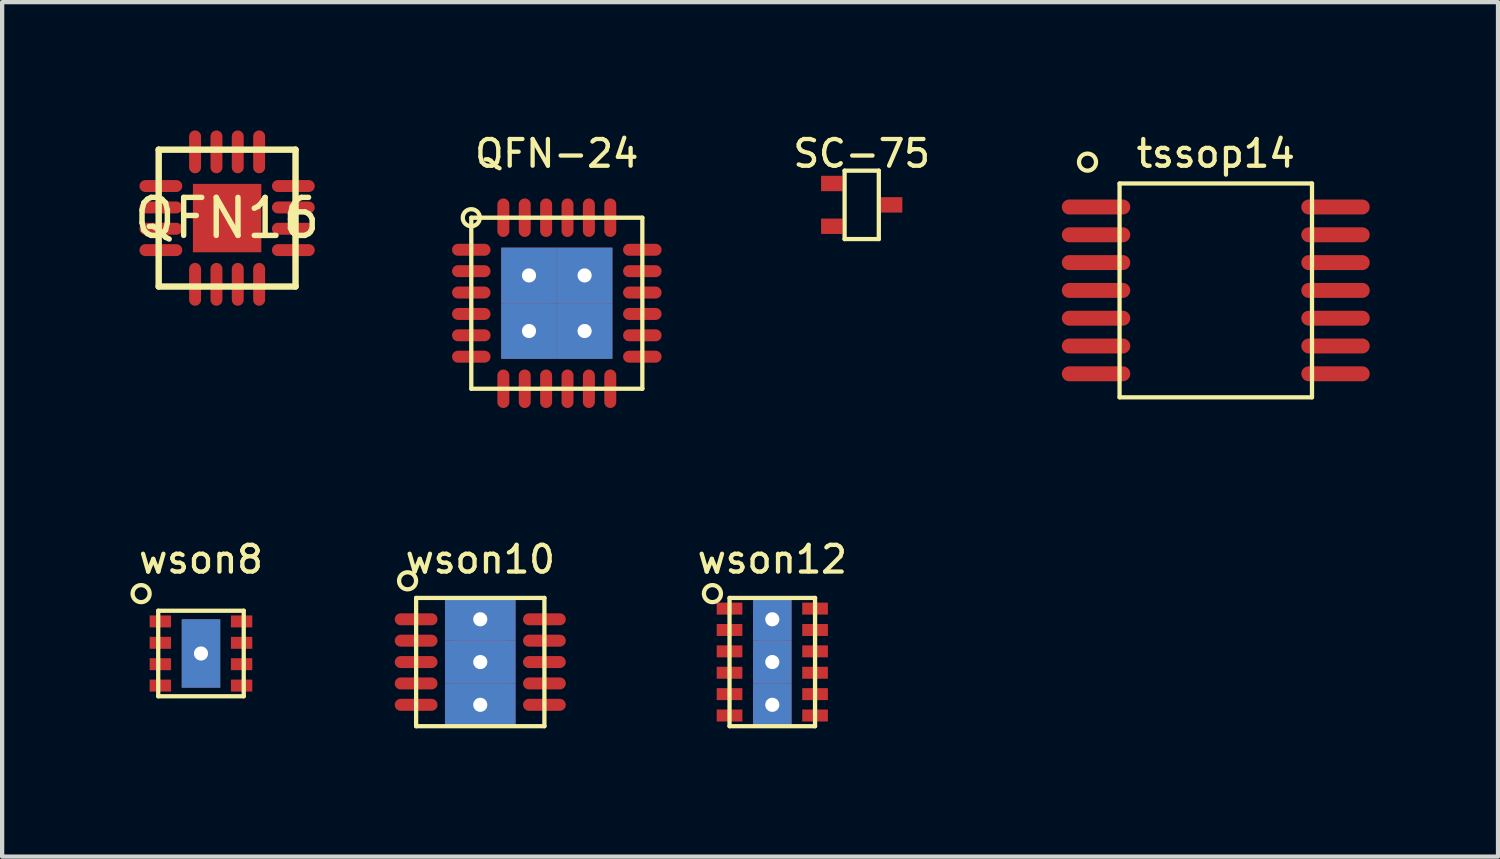
<source format=kicad_pcb>
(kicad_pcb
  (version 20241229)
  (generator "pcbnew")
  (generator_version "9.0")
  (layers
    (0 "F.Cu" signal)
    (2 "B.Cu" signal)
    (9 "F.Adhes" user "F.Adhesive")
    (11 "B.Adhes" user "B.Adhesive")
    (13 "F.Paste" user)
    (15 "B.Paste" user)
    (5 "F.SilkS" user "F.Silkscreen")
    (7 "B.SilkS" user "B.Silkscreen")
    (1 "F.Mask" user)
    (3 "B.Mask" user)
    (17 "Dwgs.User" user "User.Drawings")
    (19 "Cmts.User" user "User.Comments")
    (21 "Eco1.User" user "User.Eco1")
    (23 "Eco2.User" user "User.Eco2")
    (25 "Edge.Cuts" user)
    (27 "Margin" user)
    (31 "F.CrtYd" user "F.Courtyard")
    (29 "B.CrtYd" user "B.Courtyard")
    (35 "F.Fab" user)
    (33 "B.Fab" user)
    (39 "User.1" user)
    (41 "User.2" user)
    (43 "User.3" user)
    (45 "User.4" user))
  (footprint "QFN-24"
    (layer "F.Cu")
    (at 9.971 4.041)
    (property "Reference" "QFN-24" (at 0 -3.5 0) (layer "F.SilkS") (effects (font (size 0.625 0.625) (thickness 0.1))))
    (attr through_hole)
    (fp_line (start -2 -2) (end -2 2) (stroke (width 0.1) (type solid)) (layer "F.SilkS"))
    (fp_line (start -2 2) (end 2 2) (stroke (width 0.1) (type solid)) (layer "F.SilkS"))
    (fp_line (start 2 -2) (end -2 -2) (stroke (width 0.1) (type solid)) (layer "F.SilkS"))
    (fp_line (start 2 2) (end 2 -2) (stroke (width 0.1) (type solid)) (layer "F.SilkS"))
    (fp_circle (center -2 -2) (end -1.859 -1.859) (stroke (width 0.1) (type solid)) (fill no) (layer "F.SilkS"))
    (pad "1" smd oval (at -2 -1.25 180) (size 0.9 0.28) (layers "F.Cu" "F.Mask" "F.Paste"))
    (pad "2" smd oval (at -2 -0.75 180) (size 0.9 0.28) (layers "F.Cu" "F.Mask" "F.Paste"))
    (pad "3" smd oval (at -2 -0.25 180) (size 0.9 0.28) (layers "F.Cu" "F.Mask" "F.Paste"))
    (pad "4" smd oval (at -2 0.25 180) (size 0.9 0.28) (layers "F.Cu" "F.Mask" "F.Paste"))
    (pad "5" smd oval (at -2 0.75 180) (size 0.9 0.28) (layers "F.Cu" "F.Mask" "F.Paste"))
    (pad "6" smd oval (at -2 1.25 180) (size 0.9 0.28) (layers "F.Cu" "F.Mask" "F.Paste"))
    (pad "7" smd oval (at -1.25 2 90) (size 0.9 0.28) (layers "F.Cu" "F.Mask" "F.Paste"))
    (pad "8" smd oval (at -0.75 2 90) (size 0.9 0.28) (layers "F.Cu" "F.Mask" "F.Paste"))
    (pad "9" smd oval (at -0.25 2 90) (size 0.9 0.28) (layers "F.Cu" "F.Mask" "F.Paste"))
    (pad "10" smd oval (at 0.25 2 90) (size 0.9 0.28) (layers "F.Cu" "F.Mask" "F.Paste"))
    (pad "11" smd oval (at 0.75 2 90) (size 0.9 0.28) (layers "F.Cu" "F.Mask" "F.Paste"))
    (pad "12" smd oval (at 1.25 2 90) (size 0.9 0.28) (layers "F.Cu" "F.Mask" "F.Paste"))
    (pad "13" smd oval (at 2 1.25) (size 0.9 0.28) (layers "F.Cu" "F.Mask" "F.Paste"))
    (pad "14" smd oval (at 2 0.75) (size 0.9 0.28) (layers "F.Cu" "F.Mask" "F.Paste"))
    (pad "15" smd oval (at 2 0.25) (size 0.9 0.28) (layers "F.Cu" "F.Mask" "F.Paste"))
    (pad "16" smd oval (at 2 -0.25) (size 0.9 0.28) (layers "F.Cu" "F.Mask" "F.Paste"))
    (pad "17" smd oval (at 2 -0.75) (size 0.9 0.28) (layers "F.Cu" "F.Mask" "F.Paste"))
    (pad "18" smd oval (at 2 -1.25) (size 0.9 0.28) (layers "F.Cu" "F.Mask" "F.Paste"))
    (pad "19" smd oval (at 1.25 -2 270) (size 0.9 0.28) (layers "F.Cu" "F.Mask" "F.Paste"))
    (pad "20" smd oval (at 0.75 -2 270) (size 0.9 0.28) (layers "F.Cu" "F.Mask" "F.Paste"))
    (pad "21" smd oval (at 0.25 -2 270) (size 0.9 0.28) (layers "F.Cu" "F.Mask" "F.Paste"))
    (pad "22" smd oval (at -0.25 -2 270) (size 0.9 0.28) (layers "F.Cu" "F.Mask" "F.Paste"))
    (pad "23" smd oval (at -0.75 -2 270) (size 0.9 0.28) (layers "F.Cu" "F.Mask" "F.Paste"))
    (pad "24" smd oval (at -1.25 -2 270) (size 0.9 0.28) (layers "F.Cu" "F.Mask" "F.Paste"))
    (pad "25" smd rect (at -0.7 0) (size 1 2.4) (layers "F.Cu" "F.Mask" "F.Paste"))
    (pad "25" thru_hole rect (at -0.65 -0.65) (size 1.3 1.3) (drill 0.33) (layers "*.Cu" "*.Mask"))
    (pad "25" thru_hole rect (at -0.65 0.65) (size 1.3 1.3) (drill 0.33) (layers "*.Cu" "*.Mask"))
    (pad "25" thru_hole rect (at 0.65 -0.65) (size 1.3 1.3) (drill 0.33) (layers "*.Cu" "*.Mask"))
    (pad "25" smd rect (at 0.65 0) (size 1 2.4) (layers "F.Cu" "F.Mask" "F.Paste"))
    (pad "25" thru_hole rect (at 0.65 0.65) (size 1.3 1.3) (drill 0.33) (layers "*.Cu" "*.Mask")))
  (footprint "tssop14"
    (layer "F.Cu")
    (at 25.381 3.741)
    (property "Reference" "tssop14" (at 0 -3.2 0) (layer "F.SilkS") (effects (font (size 0.625 0.625) (thickness 0.1))))
    (attr through_hole)
    (fp_line (start -2.25 -2.5) (end -2.25 2.5) (stroke (width 0.1) (type solid)) (layer "F.SilkS"))
    (fp_line (start -2.25 2.5) (end 2.25 2.5) (stroke (width 0.1) (type solid)) (layer "F.SilkS"))
    (fp_line (start 2.25 -2.5) (end -2.25 -2.5) (stroke (width 0.1) (type solid)) (layer "F.SilkS"))
    (fp_line (start 2.25 2.5) (end 2.25 -2.5) (stroke (width 0.1) (type solid)) (layer "F.SilkS"))
    (fp_circle (center -3 -3) (end -2.859 -2.859) (stroke (width 0.1) (type solid)) (fill no) (layer "F.SilkS"))
    (pad "1" smd oval (at -2.8 -1.95 180) (size 1.6 0.35) (layers "F.Cu" "F.Mask" "F.Paste"))
    (pad "2" smd oval (at -2.8 -1.3 180) (size 1.6 0.35) (layers "F.Cu" "F.Mask" "F.Paste"))
    (pad "3" smd oval (at -2.8 -0.65 180) (size 1.6 0.35) (layers "F.Cu" "F.Mask" "F.Paste"))
    (pad "4" smd oval (at -2.8 0 180) (size 1.6 0.35) (layers "F.Cu" "F.Mask" "F.Paste"))
    (pad "5" smd oval (at -2.8 0.65 180) (size 1.6 0.35) (layers "F.Cu" "F.Mask" "F.Paste"))
    (pad "6" smd oval (at -2.8 1.3 180) (size 1.6 0.35) (layers "F.Cu" "F.Mask" "F.Paste"))
    (pad "7" smd oval (at -2.8 1.95 180) (size 1.6 0.35) (layers "F.Cu" "F.Mask" "F.Paste"))
    (pad "8" smd oval (at 2.8 1.95) (size 1.6 0.35) (layers "F.Cu" "F.Mask" "F.Paste"))
    (pad "9" smd oval (at 2.8 1.3) (size 1.6 0.35) (layers "F.Cu" "F.Mask" "F.Paste"))
    (pad "10" smd oval (at 2.8 0.65) (size 1.6 0.35) (layers "F.Cu" "F.Mask" "F.Paste"))
    (pad "11" smd oval (at 2.8 0) (size 1.6 0.35) (layers "F.Cu" "F.Mask" "F.Paste"))
    (pad "12" smd oval (at 2.8 -0.65) (size 1.6 0.35) (layers "F.Cu" "F.Mask" "F.Paste"))
    (pad "13" smd oval (at 2.8 -1.3) (size 1.6 0.35) (layers "F.Cu" "F.Mask" "F.Paste"))
    (pad "14" smd oval (at 2.8 -1.95) (size 1.6 0.35) (layers "F.Cu" "F.Mask" "F.Paste")))
  (footprint "wson12"
    (layer "F.Cu")
    (at 15.01 12.432)
    (property "Reference" "wson12" (at 0 -2.4 0) (layer "F.SilkS") (effects (font (size 0.625 0.625) (thickness 0.1))))
    (attr through_hole)
    (fp_line (start -1 -1.5) (end -1 1.5) (stroke (width 0.1) (type solid)) (layer "F.SilkS"))
    (fp_line (start -1 1.5) (end 1 1.5) (stroke (width 0.1) (type solid)) (layer "F.SilkS"))
    (fp_line (start 1 -1.5) (end -1 -1.5) (stroke (width 0.1) (type solid)) (layer "F.SilkS"))
    (fp_line (start 1 1.5) (end 1 -1.5) (stroke (width 0.1) (type solid)) (layer "F.SilkS"))
    (fp_circle (center -1.4 -1.6) (end -1.259 -1.459) (stroke (width 0.1) (type solid)) (fill no) (layer "F.SilkS"))
    (pad "1" smd rect (at -1 -1.25 180) (size 0.6 0.28) (layers "F.Cu" "F.Mask" "F.Paste"))
    (pad "2" smd rect (at -1 -0.75 180) (size 0.6 0.28) (layers "F.Cu" "F.Mask" "F.Paste"))
    (pad "3" smd rect (at -1 -0.25 180) (size 0.6 0.28) (layers "F.Cu" "F.Mask" "F.Paste"))
    (pad "4" smd rect (at -1 0.25 180) (size 0.6 0.28) (layers "F.Cu" "F.Mask" "F.Paste"))
    (pad "5" smd rect (at -1 0.75 180) (size 0.6 0.28) (layers "F.Cu" "F.Mask" "F.Paste"))
    (pad "6" smd rect (at -1 1.25 180) (size 0.6 0.28) (layers "F.Cu" "F.Mask" "F.Paste"))
    (pad "7" smd rect (at 1 1.25) (size 0.6 0.28) (layers "F.Cu" "F.Mask" "F.Paste"))
    (pad "8" smd rect (at 1 0.75) (size 0.6 0.28) (layers "F.Cu" "F.Mask" "F.Paste"))
    (pad "9" smd rect (at 1 0.25) (size 0.6 0.28) (layers "F.Cu" "F.Mask" "F.Paste"))
    (pad "10" smd rect (at 1 -0.25) (size 0.6 0.28) (layers "F.Cu" "F.Mask" "F.Paste"))
    (pad "11" smd rect (at 1 -0.75) (size 0.6 0.28) (layers "F.Cu" "F.Mask" "F.Paste"))
    (pad "12" smd rect (at 1 -1.25) (size 0.6 0.28) (layers "F.Cu" "F.Mask" "F.Paste"))
    (pad "13" thru_hole rect (at 0 -1) (size 0.9 1) (drill 0.33) (layers "*.Cu" "*.Mask"))
    (pad "13" smd rect (at 0 0) (size 0.65 3) (layers "F.Cu" "F.Mask" "F.Paste"))
    (pad "13" thru_hole rect (at 0 0) (size 0.9 1) (drill 0.33) (layers "*.Cu" "*.Mask"))
    (pad "13" thru_hole rect (at 0 1) (size 0.9 1) (drill 0.33) (layers "*.Cu" "*.Mask")))
  (footprint "SC-75"
    (layer "F.Cu")
    (at 17.101 1.741)
    (property "Reference" "SC-75" (at 0 -1.2 0) (layer "F.SilkS") (effects (font (size 0.625 0.625) (thickness 0.1))))
    (attr through_hole)
    (fp_line (start -0.4 -0.8) (end -0.4 0.8) (stroke (width 0.1) (type solid)) (layer "F.SilkS"))
    (fp_line (start -0.4 0.8) (end 0.4 0.8) (stroke (width 0.1) (type solid)) (layer "F.SilkS"))
    (fp_line (start 0.4 -0.8) (end -0.4 -0.8) (stroke (width 0.1) (type solid)) (layer "F.SilkS"))
    (fp_line (start 0.4 0.8) (end 0.4 -0.8) (stroke (width 0.1) (type solid)) (layer "F.SilkS"))
    (pad "1" smd rect (at -0.7 -0.5 180) (size 0.5 0.36) (layers "F.Cu" "F.Mask" "F.Paste"))
    (pad "2" smd rect (at -0.7 0.5 180) (size 0.5 0.36) (layers "F.Cu" "F.Mask" "F.Paste"))
    (pad "3" smd rect (at 0.7 0) (size 0.5 0.36) (layers "F.Cu" "F.Mask" "F.Paste")))
  (footprint "wson8"
    (layer "F.Cu")
    (at 1.65 12.232)
    (property "Reference" "wson8" (at 0 -2.2 0) (layer "F.SilkS") (effects (font (size 0.625 0.625) (thickness 0.1))))
    (attr through_hole)
    (fp_line (start -1 -1) (end -1 1) (stroke (width 0.1) (type solid)) (layer "F.SilkS"))
    (fp_line (start -1 1) (end 1 1) (stroke (width 0.1) (type solid)) (layer "F.SilkS"))
    (fp_line (start 1 -1) (end -1 -1) (stroke (width 0.1) (type solid)) (layer "F.SilkS"))
    (fp_line (start 1 1) (end 1 -1) (stroke (width 0.1) (type solid)) (layer "F.SilkS"))
    (fp_circle (center -1.4 -1.4) (end -1.259 -1.259) (stroke (width 0.1) (type solid)) (fill no) (layer "F.SilkS"))
    (pad "1" smd rect (at -0.95 -0.75 180) (size 0.5 0.28) (layers "F.Cu" "F.Mask" "F.Paste"))
    (pad "2" smd rect (at -0.95 -0.25 180) (size 0.5 0.28) (layers "F.Cu" "F.Mask" "F.Paste"))
    (pad "3" smd rect (at -0.95 0.25 180) (size 0.5 0.28) (layers "F.Cu" "F.Mask" "F.Paste"))
    (pad "4" smd rect (at -0.95 0.75 180) (size 0.5 0.28) (layers "F.Cu" "F.Mask" "F.Paste"))
    (pad "4" thru_hole rect (at 0 0) (size 0.9 1.6) (drill 0.33) (layers "*.Cu" "*.Mask"))
    (pad "5" smd rect (at 0.95 0.75) (size 0.5 0.28) (layers "F.Cu" "F.Mask" "F.Paste"))
    (pad "6" smd rect (at 0.95 0.25) (size 0.5 0.28) (layers "F.Cu" "F.Mask" "F.Paste"))
    (pad "7" smd rect (at 0.95 -0.25) (size 0.5 0.28) (layers "F.Cu" "F.Mask" "F.Paste"))
    (pad "8" smd rect (at 0.95 -0.75) (size 0.5 0.28) (layers "F.Cu" "F.Mask" "F.Paste")))
  (footprint "wson10"
    (layer "F.Cu")
    (at 8.181 12.432)
    (property "Reference" "wson10" (at 0 -2.4 0) (layer "F.SilkS") (effects (font (size 0.625 0.625) (thickness 0.1))))
    (attr through_hole)
    (fp_line (start -1.5 -1.5) (end -1.5 1.5) (stroke (width 0.1) (type solid)) (layer "F.SilkS"))
    (fp_line (start -1.5 1.5) (end 1.5 1.5) (stroke (width 0.1) (type solid)) (layer "F.SilkS"))
    (fp_line (start 1.5 -1.5) (end -1.5 -1.5) (stroke (width 0.1) (type solid)) (layer "F.SilkS"))
    (fp_line (start 1.5 1.5) (end 1.5 -1.5) (stroke (width 0.1) (type solid)) (layer "F.SilkS"))
    (fp_circle (center -1.7 -1.9) (end -1.559 -1.759) (stroke (width 0.1) (type solid)) (fill no) (layer "F.SilkS"))
    (pad "1" smd oval (at -1.5 -1 180) (size 1 0.28) (layers "F.Cu" "F.Mask" "F.Paste"))
    (pad "2" smd oval (at -1.5 -0.5 180) (size 1 0.28) (layers "F.Cu" "F.Mask" "F.Paste"))
    (pad "3" smd oval (at -1.5 0 180) (size 1 0.28) (layers "F.Cu" "F.Mask" "F.Paste"))
    (pad "4" smd oval (at -1.5 0.5 180) (size 1 0.28) (layers "F.Cu" "F.Mask" "F.Paste"))
    (pad "5" smd oval (at -1.5 1 180) (size 1 0.28) (layers "F.Cu" "F.Mask" "F.Paste"))
    (pad "6" smd oval (at 1.5 1) (size 1 0.28) (layers "F.Cu" "F.Mask" "F.Paste"))
    (pad "7" smd oval (at 1.5 0.5) (size 1 0.28) (layers "F.Cu" "F.Mask" "F.Paste"))
    (pad "8" smd oval (at 1.5 0) (size 1 0.28) (layers "F.Cu" "F.Mask" "F.Paste"))
    (pad "9" smd oval (at 1.5 -0.5) (size 1 0.28) (layers "F.Cu" "F.Mask" "F.Paste"))
    (pad "10" smd oval (at 1.5 -1) (size 1 0.28) (layers "F.Cu" "F.Mask" "F.Paste"))
    (pad "11" thru_hole rect (at 0 -1) (size 1.65 1) (drill 0.33) (layers "*.Cu" "*.Mask"))
    (pad "11" smd rect (at 0 0) (size 1.25 2.38) (layers "F.Cu" "F.Mask" "F.Paste"))
    (pad "11" thru_hole rect (at 0 0) (size 1.65 1) (drill 0.33) (layers "*.Cu" "*.Mask"))
    (pad "11" thru_hole rect (at 0 1) (size 1.65 1) (drill 0.33) (layers "*.Cu" "*.Mask")))
  (footprint "QFN16"
    (layer "F.Cu")
    (at 2.261 2.05)
    (property "Reference" "QFN16" (at 0 0 0) (layer "F.SilkS") (effects (font (size 0.889 0.889) (thickness 0.127))))
    (attr through_hole)
    (fp_line (start -1.6 -1.6) (end -1.6 1.6) (stroke (width 0.15) (type solid)) (layer "F.SilkS"))
    (fp_line (start -1.6 -1.6) (end 1.6 -1.6) (stroke (width 0.15) (type solid)) (layer "F.SilkS"))
    (fp_line (start -1.6 1.6) (end 1.6 1.6) (stroke (width 0.15) (type solid)) (layer "F.SilkS"))
    (fp_line (start 1.6 1.6) (end 1.6 -1.6) (stroke (width 0.15) (type solid)) (layer "F.SilkS"))
    (pad "1" smd oval (at -1.549 -0.749) (size 1.001 0.279) (layers "F.Cu" "F.Mask" "F.Paste"))
    (pad "2" smd oval (at -1.549 -0.249) (size 1.001 0.279) (layers "F.Cu" "F.Mask" "F.Paste"))
    (pad "3" smd oval (at -1.549 0.249) (size 1.001 0.279) (layers "F.Cu" "F.Mask" "F.Paste"))
    (pad "4" smd oval (at -1.549 0.749) (size 1.001 0.279) (layers "F.Cu" "F.Mask" "F.Paste"))
    (pad "5" smd oval (at -0.749 1.549 90) (size 1.001 0.279) (layers "F.Cu" "F.Mask" "F.Paste"))
    (pad "6" smd oval (at -0.249 1.549 90) (size 1.001 0.279) (layers "F.Cu" "F.Mask" "F.Paste"))
    (pad "7" smd oval (at 0.249 1.549 90) (size 1.001 0.279) (layers "F.Cu" "F.Mask" "F.Paste"))
    (pad "8" smd oval (at 0.749 1.549 90) (size 1.001 0.279) (layers "F.Cu" "F.Mask" "F.Paste"))
    (pad "9" smd oval (at 1.549 0.749) (size 1.001 0.279) (layers "F.Cu" "F.Mask" "F.Paste"))
    (pad "10" smd oval (at 1.549 0.249) (size 1.001 0.279) (layers "F.Cu" "F.Mask" "F.Paste"))
    (pad "11" smd oval (at 1.549 -0.249) (size 1.001 0.279) (layers "F.Cu" "F.Mask" "F.Paste"))
    (pad "12" smd oval (at 1.549 -0.749) (size 1.001 0.279) (layers "F.Cu" "F.Mask" "F.Paste"))
    (pad "13" smd oval (at 0.749 -1.549 90) (size 1.001 0.279) (layers "F.Cu" "F.Mask" "F.Paste"))
    (pad "14" smd oval (at 0.249 -1.549 90) (size 1.001 0.279) (layers "F.Cu" "F.Mask" "F.Paste"))
    (pad "15" smd oval (at -0.249 -1.549 90) (size 1.001 0.279) (layers "F.Cu" "F.Mask" "F.Paste"))
    (pad "16" smd oval (at -0.749 -1.549 90) (size 1.001 0.279) (layers "F.Cu" "F.Mask" "F.Paste"))
    (pad "17" smd rect (at 0 0 90) (size 1.6 1.6) (layers "F.Cu" "F.Mask" "F.Paste")))
  (gr_rect
    (start -3 -3)
    (end 31.981 16.982)
    (stroke (width 0.1) (type default))
    (fill no)
    (layer "Edge.Cuts")))
</source>
